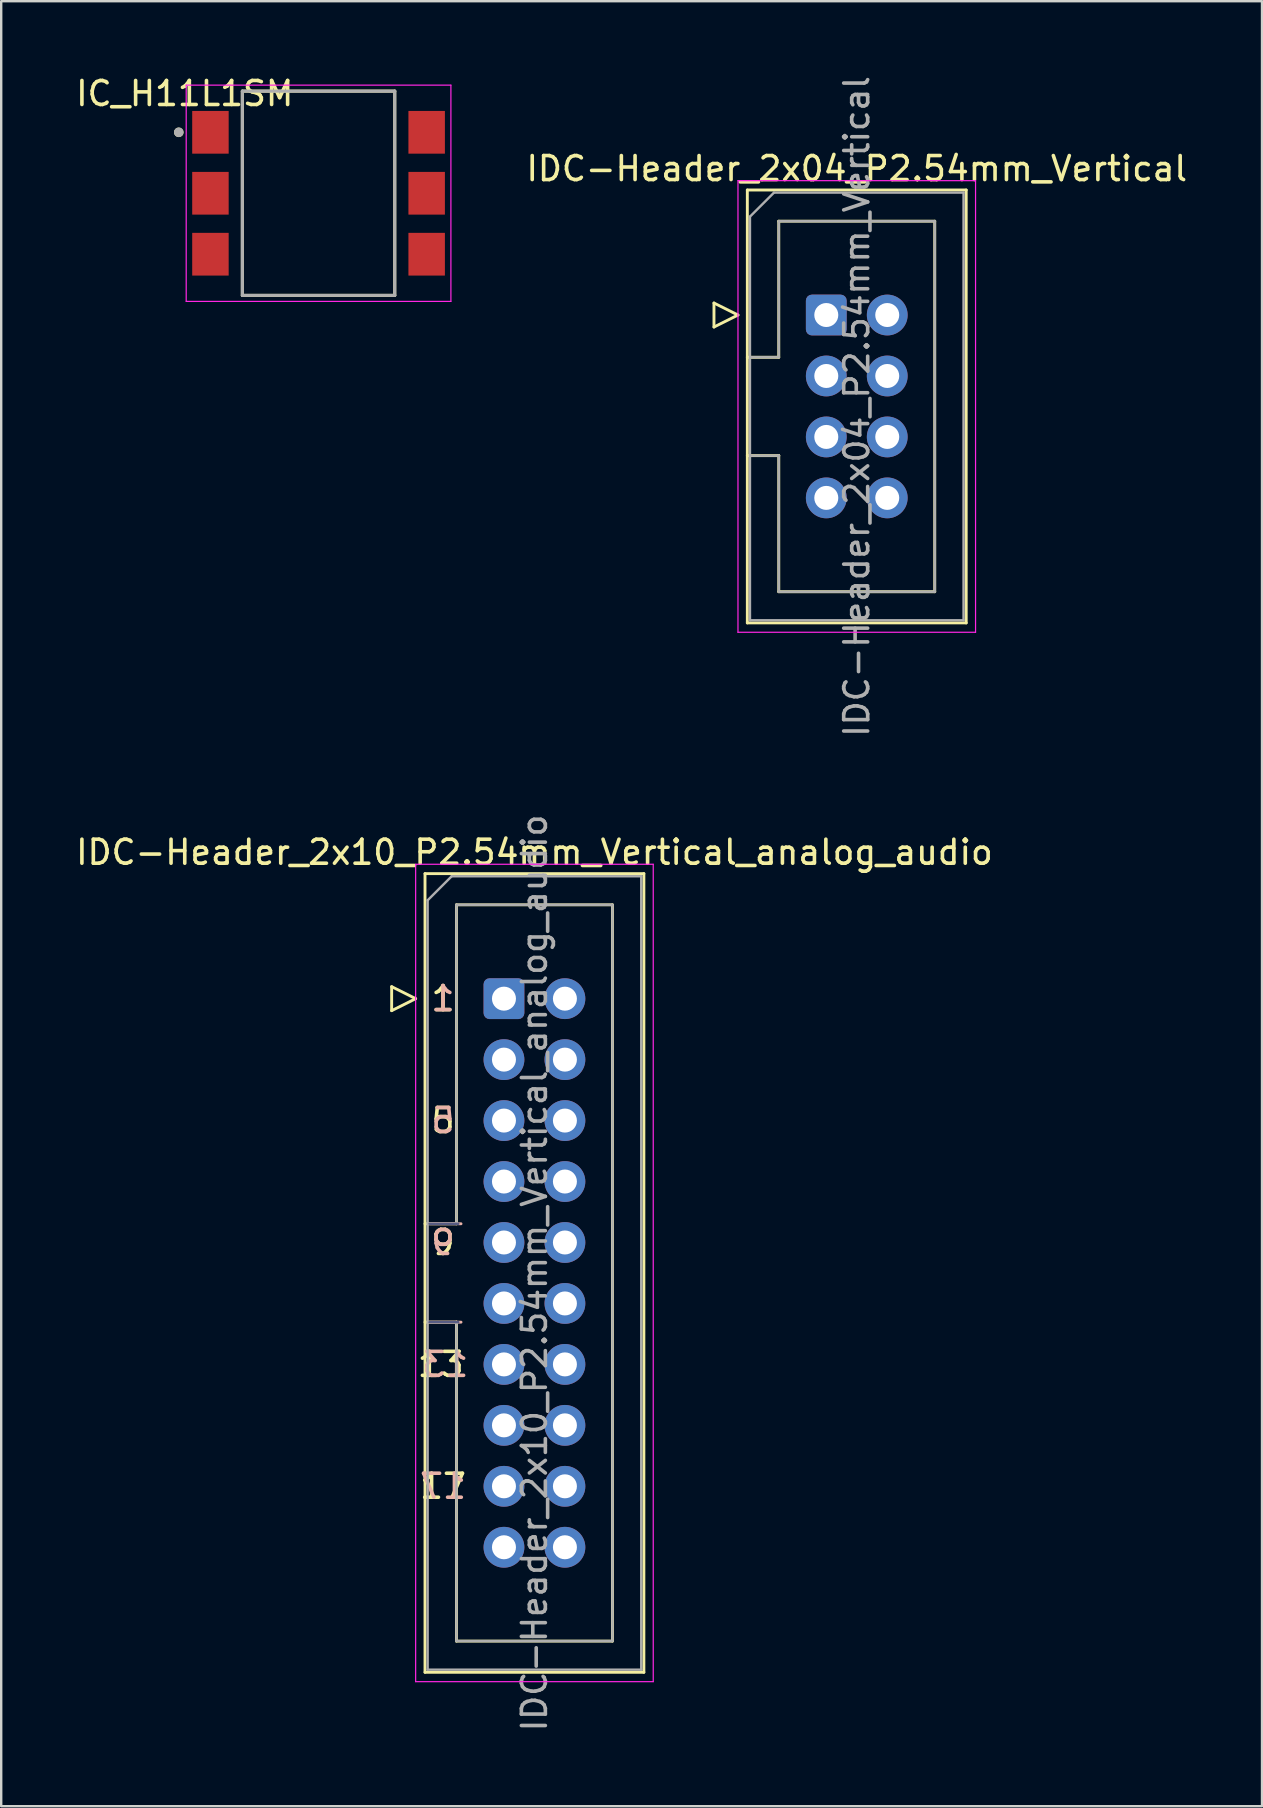
<source format=kicad_pcb>
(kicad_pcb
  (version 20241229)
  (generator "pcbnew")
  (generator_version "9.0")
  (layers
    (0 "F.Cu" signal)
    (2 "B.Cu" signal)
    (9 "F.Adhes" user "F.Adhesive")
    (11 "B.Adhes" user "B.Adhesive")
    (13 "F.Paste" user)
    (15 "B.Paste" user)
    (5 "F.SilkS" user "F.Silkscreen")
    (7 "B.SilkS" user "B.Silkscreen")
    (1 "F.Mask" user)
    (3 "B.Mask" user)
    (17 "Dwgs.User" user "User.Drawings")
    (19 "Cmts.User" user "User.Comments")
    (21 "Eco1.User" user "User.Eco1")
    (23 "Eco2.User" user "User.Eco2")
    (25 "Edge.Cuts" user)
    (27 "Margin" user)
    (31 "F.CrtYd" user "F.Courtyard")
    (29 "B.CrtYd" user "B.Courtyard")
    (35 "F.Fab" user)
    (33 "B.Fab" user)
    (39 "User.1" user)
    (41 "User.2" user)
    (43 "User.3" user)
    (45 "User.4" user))
  (footprint "IC_H11L1SM"
    (layer "F.Cu")
    (at 10.224 5.003)
    (property "Reference" "IC_H11L1SM" (at -5.575 -4.155 0) (layer "F.SilkS") (effects (font (size 1 1) (thickness 0.15))))
    (attr smd)
    (fp_line (start -3.175 -4.255) (end -3.175 4.255) (stroke (width 0.127) (type solid)) (layer "F.SilkS"))
    (fp_line (start -3.175 -4.255) (end 3.175 -4.255) (stroke (width 0.127) (type solid)) (layer "F.SilkS"))
    (fp_line (start -3.175 4.255) (end 3.175 4.255) (stroke (width 0.127) (type solid)) (layer "F.SilkS"))
    (fp_line (start 3.175 -4.255) (end 3.175 4.255) (stroke (width 0.127) (type solid)) (layer "F.SilkS"))
    (fp_circle (center -5.825 -2.54) (end -5.725 -2.54) (stroke (width 0.2) (type solid)) (fill no) (layer "F.SilkS"))
    (fp_line (start -5.515 -4.505) (end -5.515 4.505) (stroke (width 0.05) (type solid)) (layer "F.CrtYd"))
    (fp_line (start -5.515 -4.505) (end 5.515 -4.505) (stroke (width 0.05) (type solid)) (layer "F.CrtYd"))
    (fp_line (start -5.515 4.505) (end 5.515 4.505) (stroke (width 0.05) (type solid)) (layer "F.CrtYd"))
    (fp_line (start 5.515 -4.505) (end 5.515 4.505) (stroke (width 0.05) (type solid)) (layer "F.CrtYd"))
    (fp_line (start -3.175 -4.255) (end -3.175 4.255) (stroke (width 0.127) (type solid)) (layer "F.Fab"))
    (fp_line (start -3.175 -4.255) (end 3.175 -4.255) (stroke (width 0.127) (type solid)) (layer "F.Fab"))
    (fp_line (start -3.175 4.255) (end 3.175 4.255) (stroke (width 0.127) (type solid)) (layer "F.Fab"))
    (fp_line (start 3.175 -4.255) (end 3.175 4.255) (stroke (width 0.127) (type solid)) (layer "F.Fab"))
    (fp_circle (center -5.825 -2.54) (end -5.725 -2.54) (stroke (width 0.2) (type solid)) (fill no) (layer "F.Fab"))
    (pad "1" smd rect (at -4.505 -2.54) (size 1.52 1.78) (layers "F.Cu" "F.Mask" "F.Paste"))
    (pad "2" smd rect (at -4.505 0) (size 1.52 1.78) (layers "F.Cu" "F.Mask" "F.Paste"))
    (pad "3" smd rect (at -4.505 2.54) (size 1.52 1.78) (layers "F.Cu" "F.Mask" "F.Paste"))
    (pad "4" smd rect (at 4.505 2.54) (size 1.52 1.78) (layers "F.Cu" "F.Mask" "F.Paste"))
    (pad "5" smd rect (at 4.505 0) (size 1.52 1.78) (layers "F.Cu" "F.Mask" "F.Paste"))
    (pad "6" smd rect (at 4.505 -2.54) (size 1.52 1.78) (layers "F.Cu" "F.Mask" "F.Paste")))
  (footprint "IDC-Header_2x04_P2.54mm_Vertical"
    (layer "F.Cu")
    (at 31.381 10.077)
    (property "Reference" "IDC-Header_2x04_P2.54mm_Vertical" (at 1.27 -6.1 180) (layer "F.SilkS") (effects (font (size 1 1) (thickness 0.15))))
    (attr through_hole)
    (fp_line (start -4.68 -0.5) (end -4.68 0.5) (stroke (width 0.12) (type solid)) (layer "F.SilkS"))
    (fp_line (start -4.68 0.5) (end -3.68 0) (stroke (width 0.12) (type solid)) (layer "F.SilkS"))
    (fp_line (start -3.68 0) (end -4.68 -0.5) (stroke (width 0.12) (type solid)) (layer "F.SilkS"))
    (fp_line (start -3.29 -5.21) (end 5.83 -5.21) (stroke (width 0.12) (type solid)) (layer "F.SilkS"))
    (fp_line (start -3.29 1.76) (end -1.98 1.76) (stroke (width 0.12) (type solid)) (layer "F.SilkS"))
    (fp_line (start -3.29 12.83) (end -3.29 -5.21) (stroke (width 0.12) (type solid)) (layer "F.SilkS"))
    (fp_line (start -1.98 -3.91) (end 4.52 -3.91) (stroke (width 0.12) (type solid)) (layer "F.SilkS"))
    (fp_line (start -1.98 1.76) (end -1.98 -3.91) (stroke (width 0.12) (type solid)) (layer "F.SilkS"))
    (fp_line (start -1.98 5.86) (end -3.29 5.86) (stroke (width 0.12) (type solid)) (layer "F.SilkS"))
    (fp_line (start -1.98 5.86) (end -1.98 5.86) (stroke (width 0.12) (type solid)) (layer "F.SilkS"))
    (fp_line (start -1.98 11.53) (end -1.98 5.86) (stroke (width 0.12) (type solid)) (layer "F.SilkS"))
    (fp_line (start 4.52 -3.91) (end 4.52 11.53) (stroke (width 0.12) (type solid)) (layer "F.SilkS"))
    (fp_line (start 4.52 11.53) (end -1.98 11.53) (stroke (width 0.12) (type solid)) (layer "F.SilkS"))
    (fp_line (start 5.83 -5.21) (end 5.83 12.83) (stroke (width 0.12) (type solid)) (layer "F.SilkS"))
    (fp_line (start 5.83 12.83) (end -3.29 12.83) (stroke (width 0.12) (type solid)) (layer "F.SilkS"))
    (fp_line (start -3.68 -5.6) (end -3.68 13.22) (stroke (width 0.05) (type solid)) (layer "F.CrtYd"))
    (fp_line (start -3.68 13.22) (end 6.22 13.22) (stroke (width 0.05) (type solid)) (layer "F.CrtYd"))
    (fp_line (start 6.22 -5.6) (end -3.68 -5.6) (stroke (width 0.05) (type solid)) (layer "F.CrtYd"))
    (fp_line (start 6.22 13.22) (end 6.22 -5.6) (stroke (width 0.05) (type solid)) (layer "F.CrtYd"))
    (fp_line (start -3.18 -4.1) (end -2.18 -5.1) (stroke (width 0.1) (type solid)) (layer "F.Fab"))
    (fp_line (start -3.18 1.76) (end -1.98 1.76) (stroke (width 0.1) (type solid)) (layer "F.Fab"))
    (fp_line (start -3.18 12.72) (end -3.18 -4.1) (stroke (width 0.1) (type solid)) (layer "F.Fab"))
    (fp_line (start -2.18 -5.1) (end 5.72 -5.1) (stroke (width 0.1) (type solid)) (layer "F.Fab"))
    (fp_line (start -1.98 -3.91) (end 4.52 -3.91) (stroke (width 0.1) (type solid)) (layer "F.Fab"))
    (fp_line (start -1.98 1.76) (end -1.98 -3.91) (stroke (width 0.1) (type solid)) (layer "F.Fab"))
    (fp_line (start -1.98 5.86) (end -3.18 5.86) (stroke (width 0.1) (type solid)) (layer "F.Fab"))
    (fp_line (start -1.98 5.86) (end -1.98 5.86) (stroke (width 0.1) (type solid)) (layer "F.Fab"))
    (fp_line (start -1.98 11.53) (end -1.98 5.86) (stroke (width 0.1) (type solid)) (layer "F.Fab"))
    (fp_line (start 4.52 -3.91) (end 4.52 11.53) (stroke (width 0.1) (type solid)) (layer "F.Fab"))
    (fp_line (start 4.52 11.53) (end -1.98 11.53) (stroke (width 0.1) (type solid)) (layer "F.Fab"))
    (fp_line (start 5.72 -5.1) (end 5.72 12.72) (stroke (width 0.1) (type solid)) (layer "F.Fab"))
    (fp_line (start 5.72 12.72) (end -3.18 12.72) (stroke (width 0.1) (type solid)) (layer "F.Fab"))
    (fp_text user "${REFERENCE}" (at 1.27 3.81 270) (layer "F.Fab") (effects (font (size 1 1) (thickness 0.15))))
    (pad "1" thru_hole roundrect (at 0 0 180) (size 1.7 1.7) (drill 1) (layers "*.Cu" "*.Mask") (roundrect_rratio 0.147))
    (pad "2" thru_hole circle (at 2.54 0 180) (size 1.7 1.7) (drill 1) (layers "*.Cu" "*.Mask"))
    (pad "3" thru_hole circle (at 0 2.54 180) (size 1.7 1.7) (drill 1) (layers "*.Cu" "*.Mask"))
    (pad "4" thru_hole circle (at 2.54 2.54 180) (size 1.7 1.7) (drill 1) (layers "*.Cu" "*.Mask"))
    (pad "5" thru_hole circle (at 0 5.08 180) (size 1.7 1.7) (drill 1) (layers "*.Cu" "*.Mask"))
    (pad "6" thru_hole circle (at 2.54 5.08 180) (size 1.7 1.7) (drill 1) (layers "*.Cu" "*.Mask"))
    (pad "7" thru_hole circle (at 0 7.62 180) (size 1.7 1.7) (drill 1) (layers "*.Cu" "*.Mask"))
    (pad "8" thru_hole circle (at 2.54 7.62 180) (size 1.7 1.7) (drill 1) (layers "*.Cu" "*.Mask")))
  (footprint "IDC-Header_2x10_P2.54mm_Vertical_analog_audio"
    (layer "F.Cu")
    (at 17.95 38.564)
    (property "Reference" "IDC-Header_2x10_P2.54mm_Vertical_analog_audio" (at 1.27 -6.1 0) (layer "F.SilkS") (effects (font (size 1 1) (thickness 0.15))))
    (attr through_hole)
    (fp_line (start -4.68 -0.5) (end -4.68 0.5) (stroke (width 0.12) (type solid)) (layer "F.SilkS"))
    (fp_line (start -4.68 0.5) (end -3.68 0) (stroke (width 0.12) (type solid)) (layer "F.SilkS"))
    (fp_line (start -3.68 0) (end -4.68 -0.5) (stroke (width 0.12) (type solid)) (layer "F.SilkS"))
    (fp_line (start -3.29 -5.21) (end 5.83 -5.21) (stroke (width 0.12) (type solid)) (layer "F.SilkS"))
    (fp_line (start -3.29 9.38) (end -1.98 9.38) (stroke (width 0.12) (type solid)) (layer "F.SilkS"))
    (fp_line (start -3.29 28.07) (end -3.29 -5.21) (stroke (width 0.12) (type solid)) (layer "F.SilkS"))
    (fp_line (start -1.98 -3.91) (end 4.52 -3.91) (stroke (width 0.12) (type solid)) (layer "F.SilkS"))
    (fp_line (start -1.98 9.38) (end -1.98 -3.91) (stroke (width 0.12) (type solid)) (layer "F.SilkS"))
    (fp_line (start -1.98 13.48) (end -3.29 13.48) (stroke (width 0.12) (type solid)) (layer "F.SilkS"))
    (fp_line (start -1.98 13.48) (end -1.98 13.48) (stroke (width 0.12) (type solid)) (layer "F.SilkS"))
    (fp_line (start -1.98 26.77) (end -1.98 13.48) (stroke (width 0.12) (type solid)) (layer "F.SilkS"))
    (fp_line (start 4.52 -3.91) (end 4.52 26.77) (stroke (width 0.12) (type solid)) (layer "F.SilkS"))
    (fp_line (start 4.52 26.77) (end -1.98 26.77) (stroke (width 0.12) (type solid)) (layer "F.SilkS"))
    (fp_line (start 5.83 -5.21) (end 5.83 28.07) (stroke (width 0.12) (type solid)) (layer "F.SilkS"))
    (fp_line (start 5.83 28.07) (end -3.29 28.07) (stroke (width 0.12) (type solid)) (layer "F.SilkS"))
    (fp_line (start -3.1 13.48) (end -1.79 13.48) (stroke (width 0.12) (type solid)) (layer "B.SilkS"))
    (fp_line (start -1.79 9.38) (end -3.1 9.38) (stroke (width 0.12) (type solid)) (layer "B.SilkS"))
    (fp_line (start -3.68 -5.6) (end -3.68 28.46) (stroke (width 0.05) (type solid)) (layer "F.CrtYd"))
    (fp_line (start -3.68 28.46) (end 6.22 28.46) (stroke (width 0.05) (type solid)) (layer "F.CrtYd"))
    (fp_line (start 6.22 -5.6) (end -3.68 -5.6) (stroke (width 0.05) (type solid)) (layer "F.CrtYd"))
    (fp_line (start 6.22 28.46) (end 6.22 -5.6) (stroke (width 0.05) (type solid)) (layer "F.CrtYd"))
    (fp_line (start -3.1 13.48) (end -1.9 13.48) (stroke (width 0.1) (type solid)) (layer "B.Fab"))
    (fp_line (start -1.9 9.38) (end -3.1 9.38) (stroke (width 0.1) (type solid)) (layer "B.Fab"))
    (fp_line (start -3.18 -4.1) (end -2.18 -5.1) (stroke (width 0.1) (type solid)) (layer "F.Fab"))
    (fp_line (start -3.18 9.38) (end -1.98 9.38) (stroke (width 0.1) (type solid)) (layer "F.Fab"))
    (fp_line (start -3.18 27.96) (end -3.18 -4.1) (stroke (width 0.1) (type solid)) (layer "F.Fab"))
    (fp_line (start -2.18 -5.1) (end 5.72 -5.1) (stroke (width 0.1) (type solid)) (layer "F.Fab"))
    (fp_line (start -1.98 -3.91) (end 4.52 -3.91) (stroke (width 0.1) (type solid)) (layer "F.Fab"))
    (fp_line (start -1.98 9.38) (end -1.98 -3.91) (stroke (width 0.1) (type solid)) (layer "F.Fab"))
    (fp_line (start -1.98 13.48) (end -3.18 13.48) (stroke (width 0.1) (type solid)) (layer "F.Fab"))
    (fp_line (start -1.98 13.48) (end -1.98 13.48) (stroke (width 0.1) (type solid)) (layer "F.Fab"))
    (fp_line (start -1.98 26.77) (end -1.98 13.48) (stroke (width 0.1) (type solid)) (layer "F.Fab"))
    (fp_line (start 4.52 -3.91) (end 4.52 26.77) (stroke (width 0.1) (type solid)) (layer "F.Fab"))
    (fp_line (start 4.52 26.77) (end -1.98 26.77) (stroke (width 0.1) (type solid)) (layer "F.Fab"))
    (fp_line (start 5.72 -5.1) (end 5.72 27.96) (stroke (width 0.1) (type solid)) (layer "F.Fab"))
    (fp_line (start 5.72 27.96) (end -3.18 27.96) (stroke (width 0.1) (type solid)) (layer "F.Fab"))
    (fp_text user "1" (at -2.54 0 0) (unlocked yes) (layer "F.SilkS") (effects (font (size 1 1) (thickness 0.15))))
    (fp_text user "5" (at -2.54 5.08 0) (unlocked yes) (layer "F.SilkS") (effects (font (size 1 1) (thickness 0.15))))
    (fp_text user "9" (at -2.54 10.16 0) (unlocked yes) (layer "F.SilkS") (effects (font (size 1 1) (thickness 0.15))))
    (fp_text user "17" (at -2.54 20.32 0) (unlocked yes) (layer "F.SilkS") (effects (font (size 1 1) (thickness 0.15))))
    (fp_text user "13" (at -2.635 15.24 0) (unlocked yes) (layer "F.SilkS") (effects (font (size 1 1) (thickness 0.15))))
    (fp_text user "1" (at -2.54 0 0) (unlocked yes) (layer "B.SilkS") (effects (font (size 1 1) (thickness 0.15)) (justify mirror)))
    (fp_text user "13" (at -2.445 15.24 0) (unlocked yes) (layer "B.SilkS") (effects (font (size 1 1) (thickness 0.15)) (justify mirror)))
    (fp_text user "9" (at -2.54 10.16 0) (unlocked yes) (layer "B.SilkS") (effects (font (size 1 1) (thickness 0.15)) (justify mirror)))
    (fp_text user "17" (at -2.54 20.32 0) (unlocked yes) (layer "B.SilkS") (effects (font (size 1 1) (thickness 0.15)) (justify mirror)))
    (fp_text user "5" (at -2.54 5.08 0) (unlocked yes) (layer "B.SilkS") (effects (font (size 1 1) (thickness 0.15)) (justify mirror)))
    (fp_text user "${REFERENCE}" (at 1.27 11.43 90) (layer "F.Fab") (effects (font (size 1 1) (thickness 0.15))))
    (pad "1" thru_hole roundrect (at 0 0) (size 1.7 1.7) (drill 1) (layers "*.Cu" "*.Mask") (roundrect_rratio 0.147))
    (pad "2" thru_hole circle (at 2.54 0) (size 1.7 1.7) (drill 1) (layers "*.Cu" "*.Mask"))
    (pad "3" thru_hole circle (at 0 2.54) (size 1.7 1.7) (drill 1) (layers "*.Cu" "*.Mask"))
    (pad "4" thru_hole circle (at 2.54 2.54) (size 1.7 1.7) (drill 1) (layers "*.Cu" "*.Mask"))
    (pad "5" thru_hole circle (at 0 5.08) (size 1.7 1.7) (drill 1) (layers "*.Cu" "*.Mask"))
    (pad "6" thru_hole circle (at 2.54 5.08) (size 1.7 1.7) (drill 1) (layers "*.Cu" "*.Mask"))
    (pad "7" thru_hole circle (at 0 7.62) (size 1.7 1.7) (drill 1) (layers "*.Cu" "*.Mask"))
    (pad "8" thru_hole circle (at 2.54 7.62) (size 1.7 1.7) (drill 1) (layers "*.Cu" "*.Mask"))
    (pad "9" thru_hole circle (at 0 10.16) (size 1.7 1.7) (drill 1) (layers "*.Cu" "*.Mask"))
    (pad "10" thru_hole circle (at 2.54 10.16) (size 1.7 1.7) (drill 1) (layers "*.Cu" "*.Mask"))
    (pad "11" thru_hole circle (at 0 12.7) (size 1.7 1.7) (drill 1) (layers "*.Cu" "*.Mask"))
    (pad "12" thru_hole circle (at 2.54 12.7) (size 1.7 1.7) (drill 1) (layers "*.Cu" "*.Mask"))
    (pad "13" thru_hole circle (at 0 15.24) (size 1.7 1.7) (drill 1) (layers "*.Cu" "*.Mask"))
    (pad "14" thru_hole circle (at 2.54 15.24) (size 1.7 1.7) (drill 1) (layers "*.Cu" "*.Mask"))
    (pad "15" thru_hole circle (at 0 17.78) (size 1.7 1.7) (drill 1) (layers "*.Cu" "*.Mask"))
    (pad "16" thru_hole circle (at 2.54 17.78) (size 1.7 1.7) (drill 1) (layers "*.Cu" "*.Mask"))
    (pad "17" thru_hole circle (at 0 20.32) (size 1.7 1.7) (drill 1) (layers "*.Cu" "*.Mask"))
    (pad "18" thru_hole circle (at 2.54 20.32) (size 1.7 1.7) (drill 1) (layers "*.Cu" "*.Mask"))
    (pad "19" thru_hole circle (at 0 22.86) (size 1.7 1.7) (drill 1) (layers "*.Cu" "*.Mask"))
    (pad "20" thru_hole circle (at 2.54 22.86) (size 1.7 1.7) (drill 1) (layers "*.Cu" "*.Mask")))
  (gr_rect
    (start -3 -3)
    (end 49.538 72.214)
    (stroke (width 0.1) (type default))
    (fill no)
    (layer "Edge.Cuts")))
</source>
